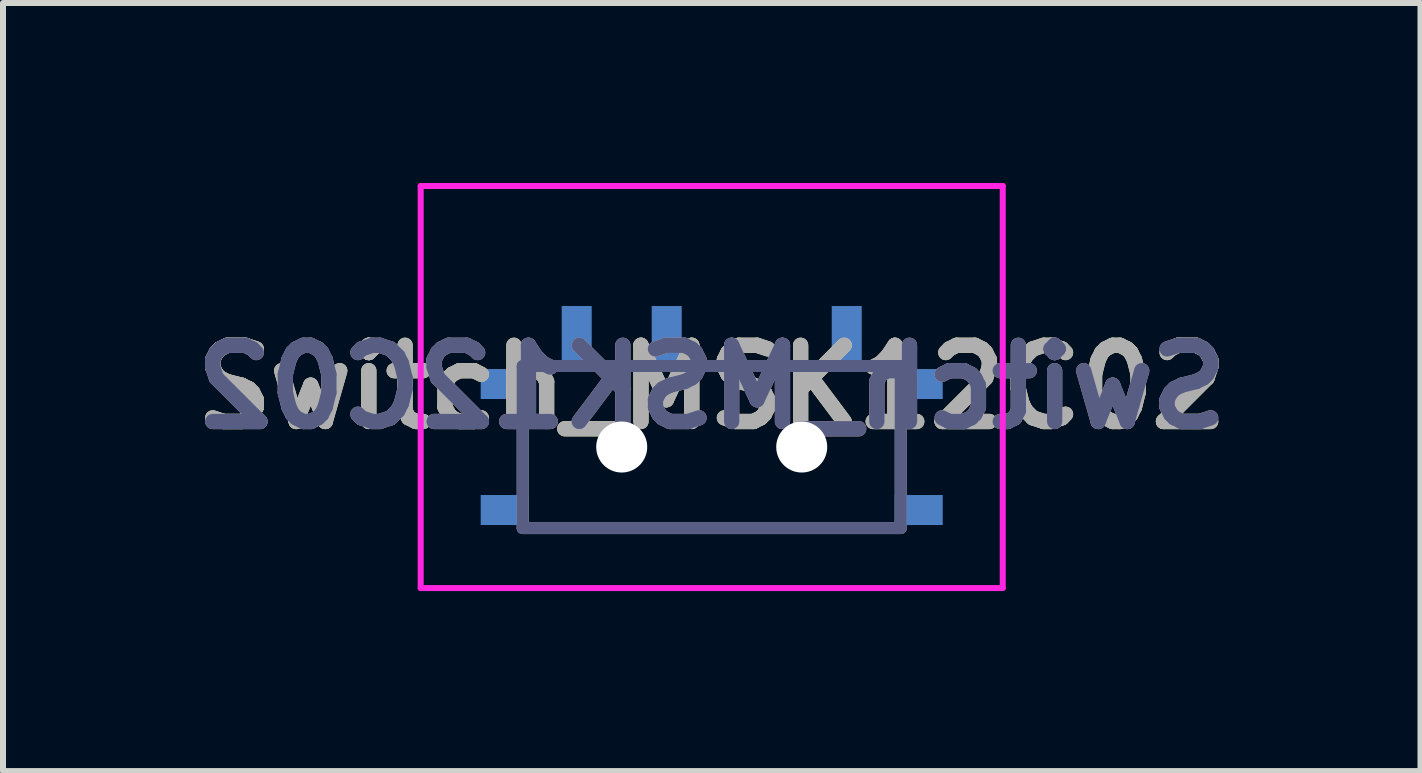
<source format=kicad_pcb>
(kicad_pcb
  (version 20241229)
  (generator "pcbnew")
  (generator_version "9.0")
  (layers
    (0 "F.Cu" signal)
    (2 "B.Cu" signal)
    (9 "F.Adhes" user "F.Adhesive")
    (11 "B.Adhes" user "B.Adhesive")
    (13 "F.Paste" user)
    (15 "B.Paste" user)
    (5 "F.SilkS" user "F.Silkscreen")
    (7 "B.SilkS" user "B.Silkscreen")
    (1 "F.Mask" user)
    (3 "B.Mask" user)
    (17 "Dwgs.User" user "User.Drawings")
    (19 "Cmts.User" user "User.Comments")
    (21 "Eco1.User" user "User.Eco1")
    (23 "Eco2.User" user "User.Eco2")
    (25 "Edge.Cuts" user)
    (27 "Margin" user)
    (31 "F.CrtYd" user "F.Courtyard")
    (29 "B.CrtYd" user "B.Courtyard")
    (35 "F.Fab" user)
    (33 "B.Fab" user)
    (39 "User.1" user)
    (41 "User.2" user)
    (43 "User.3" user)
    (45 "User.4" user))
  (footprint "Switch_MSK12C02"
    (layer "F.Cu")
    (at 8.811 4.4)
    (property "Reference" "Switch_MSK12C02" (at 0 -1 0) (layer "F.SilkS") (effects (font (size 1.27 1.27) (thickness 0.254))))
    (attr through_hole)
    (fp_line (start -3.15 -0.25) (end -3.15 -0.25) (stroke (width 0.1) (type solid)) (layer "F.SilkS"))
    (fp_line (start -3.15 -0.25) (end -3.15 0.25) (stroke (width 0.1) (type solid)) (layer "F.SilkS"))
    (fp_line (start -3.15 0.25) (end -3.15 -0.25) (stroke (width 0.1) (type solid)) (layer "F.SilkS"))
    (fp_line (start -3.15 0.25) (end -3.15 0.25) (stroke (width 0.1) (type solid)) (layer "F.SilkS"))
    (fp_line (start -2.5 1.35) (end -2.5 1.35) (stroke (width 0.1) (type solid)) (layer "F.SilkS"))
    (fp_line (start -2.5 1.35) (end 2.5 1.35) (stroke (width 0.1) (type solid)) (layer "F.SilkS"))
    (fp_line (start -1.25 -1.35) (end -1.25 -1.35) (stroke (width 0.1) (type solid)) (layer "F.SilkS"))
    (fp_line (start -1.25 -1.35) (end -0.25 -1.35) (stroke (width 0.1) (type solid)) (layer "F.SilkS"))
    (fp_line (start -0.25 -1.35) (end -1.25 -1.35) (stroke (width 0.1) (type solid)) (layer "F.SilkS"))
    (fp_line (start -0.25 -1.35) (end -0.25 -1.35) (stroke (width 0.1) (type solid)) (layer "F.SilkS"))
    (fp_line (start 2.5 1.35) (end -2.5 1.35) (stroke (width 0.1) (type solid)) (layer "F.SilkS"))
    (fp_line (start 2.5 1.35) (end 2.5 1.35) (stroke (width 0.1) (type solid)) (layer "F.SilkS"))
    (fp_line (start 3.15 -0.25) (end 3.15 -0.25) (stroke (width 0.1) (type solid)) (layer "F.SilkS"))
    (fp_line (start 3.15 -0.25) (end 3.15 0.25) (stroke (width 0.1) (type solid)) (layer "F.SilkS"))
    (fp_line (start 3.15 0.25) (end 3.15 -0.25) (stroke (width 0.1) (type solid)) (layer "F.SilkS"))
    (fp_line (start 3.15 0.25) (end 3.15 0.25) (stroke (width 0.1) (type solid)) (layer "F.SilkS"))
    (fp_line (start -3.15 -0.25) (end -3.15 -0.25) (stroke (width 0.1) (type solid)) (layer "B.SilkS"))
    (fp_line (start -3.15 -0.25) (end -3.15 0.25) (stroke (width 0.1) (type solid)) (layer "B.SilkS"))
    (fp_line (start -3.15 0.25) (end -3.15 -0.25) (stroke (width 0.1) (type solid)) (layer "B.SilkS"))
    (fp_line (start -3.15 0.25) (end -3.15 0.25) (stroke (width 0.1) (type solid)) (layer "B.SilkS"))
    (fp_line (start -2.5 1.35) (end -2.5 1.35) (stroke (width 0.1) (type solid)) (layer "B.SilkS"))
    (fp_line (start -2.5 1.35) (end 2.5 1.35) (stroke (width 0.1) (type solid)) (layer "B.SilkS"))
    (fp_line (start 0.25 -1.35) (end 0.25 -1.35) (stroke (width 0.1) (type solid)) (layer "B.SilkS"))
    (fp_line (start 0.25 -1.35) (end 1.25 -1.35) (stroke (width 0.1) (type solid)) (layer "B.SilkS"))
    (fp_line (start 1.25 -1.35) (end 0.25 -1.35) (stroke (width 0.1) (type solid)) (layer "B.SilkS"))
    (fp_line (start 1.25 -1.35) (end 1.25 -1.35) (stroke (width 0.1) (type solid)) (layer "B.SilkS"))
    (fp_line (start 2.5 1.35) (end -2.5 1.35) (stroke (width 0.1) (type solid)) (layer "B.SilkS"))
    (fp_line (start 2.5 1.35) (end 2.5 1.35) (stroke (width 0.1) (type solid)) (layer "B.SilkS"))
    (fp_line (start 3.15 -0.25) (end 3.15 -0.25) (stroke (width 0.1) (type solid)) (layer "B.SilkS"))
    (fp_line (start 3.15 -0.25) (end 3.15 0.25) (stroke (width 0.1) (type solid)) (layer "B.SilkS"))
    (fp_line (start 3.15 0.25) (end 3.15 -0.25) (stroke (width 0.1) (type solid)) (layer "B.SilkS"))
    (fp_line (start 3.15 0.25) (end 3.15 0.25) (stroke (width 0.1) (type solid)) (layer "B.SilkS"))
    (fp_line (start -4.85 -4.35) (end 4.85 -4.35) (stroke (width 0.1) (type solid)) (layer "F.CrtYd"))
    (fp_line (start -4.85 2.35) (end -4.85 -4.35) (stroke (width 0.1) (type solid)) (layer "F.CrtYd"))
    (fp_line (start 4.85 -4.35) (end 4.85 2.35) (stroke (width 0.1) (type solid)) (layer "F.CrtYd"))
    (fp_line (start 4.85 2.35) (end -4.85 2.35) (stroke (width 0.1) (type solid)) (layer "F.CrtYd"))
    (fp_line (start -3.15 -1.35) (end 3.15 -1.35) (stroke (width 0.2) (type solid)) (layer "B.Fab"))
    (fp_line (start -3.15 1.35) (end -3.15 -1.35) (stroke (width 0.2) (type solid)) (layer "B.Fab"))
    (fp_line (start 3.15 -1.35) (end 3.15 1.35) (stroke (width 0.2) (type solid)) (layer "B.Fab"))
    (fp_line (start 3.15 1.35) (end -3.15 1.35) (stroke (width 0.2) (type solid)) (layer "B.Fab"))
    (fp_line (start -3.15 -1.35) (end -3.15 1.35) (stroke (width 0.2) (type solid)) (layer "F.Fab"))
    (fp_line (start -3.15 1.35) (end 3.15 1.35) (stroke (width 0.2) (type solid)) (layer "F.Fab"))
    (fp_line (start 3.15 -1.35) (end -3.15 -1.35) (stroke (width 0.2) (type solid)) (layer "F.Fab"))
    (fp_line (start 3.15 1.35) (end 3.15 -1.35) (stroke (width 0.2) (type solid)) (layer "F.Fab"))
    (fp_text user "${REFERENCE}" (at 0 -1 0) (layer "B.SilkS") (effects (font (size 1.27 1.27) (thickness 0.254)) (justify mirror)))
    (fp_text user "${REFERENCE}" (at 0 -1 0) (layer "B.Fab") (effects (font (size 1.27 1.27) (thickness 0.254)) (justify mirror)))
    (fp_text user "${REFERENCE}" (at 0 -1 0) (layer "F.Fab") (effects (font (size 1.27 1.27) (thickness 0.254))))
    (pad "" np_thru_hole circle (at -1.5 0) (size 0.85 0.85) (drill 0.85) (layers "*.Cu" "*.Mask"))
    (pad "" np_thru_hole circle (at 1.5 0) (size 0.85 0.85) (drill 0.85) (layers "*.Cu" "*.Mask"))
    (pad "A1" smd rect (at 2.25 -1.85) (size 0.5 1) (layers "B.Cu" "B.Mask" "B.Paste"))
    (pad "B1" smd rect (at -0.75 -1.85) (size 0.5 1) (layers "B.Cu" "B.Mask" "B.Paste"))
    (pad "C1" smd rect (at -2.25 -1.85) (size 0.5 1) (layers "B.Cu" "B.Mask" "B.Paste"))
    (pad "MP1" smd rect (at 3.45 -1.05 270) (size 0.5 0.8) (layers "B.Cu" "B.Mask" "B.Paste"))
    (pad "MP2" smd rect (at 3.45 1.05 270) (size 0.5 0.8) (layers "B.Cu" "B.Mask" "B.Paste"))
    (pad "MP3" smd rect (at -3.45 1.05 270) (size 0.5 0.8) (layers "B.Cu" "B.Mask" "B.Paste"))
    (pad "MP4" smd rect (at -3.45 -1.05 270) (size 0.5 0.8) (layers "B.Cu" "B.Mask" "B.Paste")))
  (gr_rect
    (start -3 -3)
    (end 20.623 9.8)
    (stroke (width 0.1) (type default))
    (fill no)
    (layer "Edge.Cuts")))
</source>
